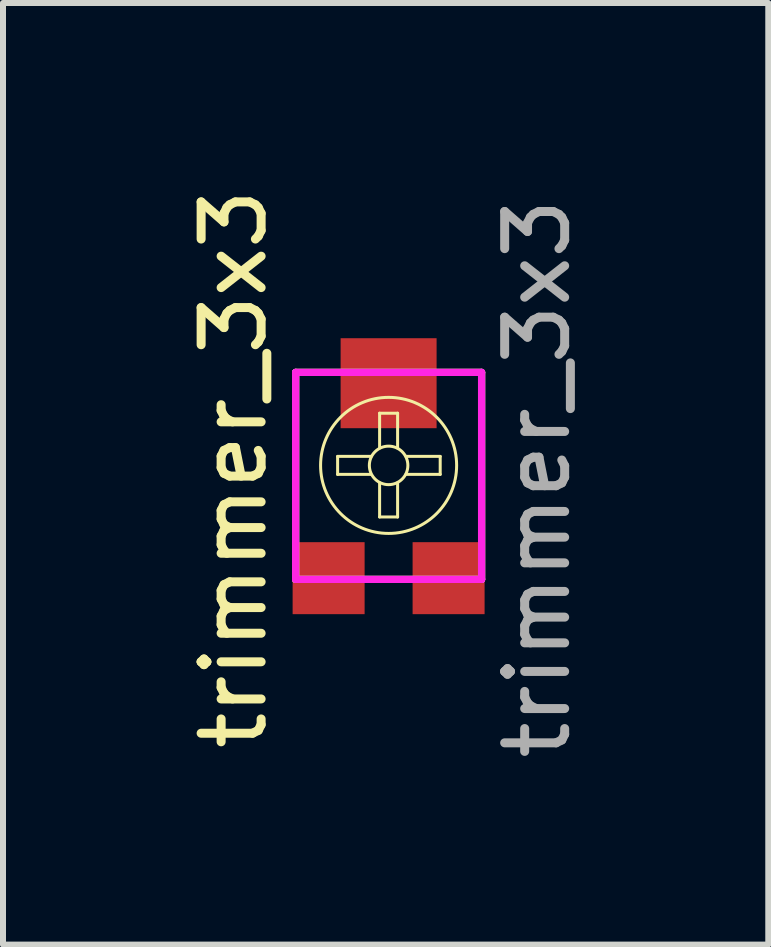
<source format=kicad_pcb>
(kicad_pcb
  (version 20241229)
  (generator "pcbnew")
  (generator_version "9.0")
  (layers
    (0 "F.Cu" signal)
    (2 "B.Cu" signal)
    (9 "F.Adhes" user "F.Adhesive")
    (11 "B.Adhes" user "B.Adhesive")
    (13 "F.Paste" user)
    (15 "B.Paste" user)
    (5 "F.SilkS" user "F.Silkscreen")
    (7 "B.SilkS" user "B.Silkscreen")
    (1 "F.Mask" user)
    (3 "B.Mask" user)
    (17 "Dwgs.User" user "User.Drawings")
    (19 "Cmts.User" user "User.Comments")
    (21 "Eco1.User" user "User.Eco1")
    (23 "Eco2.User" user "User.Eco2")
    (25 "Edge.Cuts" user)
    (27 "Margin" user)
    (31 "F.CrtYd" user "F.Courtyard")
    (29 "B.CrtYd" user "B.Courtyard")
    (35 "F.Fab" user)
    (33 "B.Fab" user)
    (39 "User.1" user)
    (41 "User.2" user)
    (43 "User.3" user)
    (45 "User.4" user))
  (footprint "trimmer_3x3"
    (layer "F.Cu")
    (at 1.828 2.588)
    (property "Reference" "trimmer_3x3" (at -0.98 2.18 90) (layer "F.SilkS") (effects (font (size 1 1) (thickness 0.15))))
    (attr through_hole)
    (fp_line (start 0.05 0.57) (end 3.15 0.57) (stroke (width 0.12) (type solid)) (layer "F.SilkS"))
    (fp_line (start 0.05 4.02) (end 0.05 0.57) (stroke (width 0.12) (type solid)) (layer "F.SilkS"))
    (fp_line (start 0.75 1.97) (end 0.75 2.27) (stroke (width 0.05) (type solid)) (layer "F.SilkS"))
    (fp_line (start 0.75 2.27) (end 1.3 2.27) (stroke (width 0.05) (type solid)) (layer "F.SilkS"))
    (fp_line (start 1.31 1.97) (end 0.75 1.97) (stroke (width 0.05) (type solid)) (layer "F.SilkS"))
    (fp_line (start 1.45 1.25) (end 1.75 1.25) (stroke (width 0.05) (type solid)) (layer "F.SilkS"))
    (fp_line (start 1.45 1.83) (end 1.45 1.25) (stroke (width 0.05) (type solid)) (layer "F.SilkS"))
    (fp_line (start 1.45 2.41) (end 1.45 2.98) (stroke (width 0.05) (type solid)) (layer "F.SilkS"))
    (fp_line (start 1.45 2.98) (end 1.75 2.98) (stroke (width 0.05) (type solid)) (layer "F.SilkS"))
    (fp_line (start 1.75 1.25) (end 1.75 1.83) (stroke (width 0.05) (type solid)) (layer "F.SilkS"))
    (fp_line (start 1.75 2.98) (end 1.75 2.41) (stroke (width 0.05) (type solid)) (layer "F.SilkS"))
    (fp_line (start 1.89 1.97) (end 2.46 1.97) (stroke (width 0.05) (type solid)) (layer "F.SilkS"))
    (fp_line (start 2.46 1.97) (end 2.46 2.27) (stroke (width 0.05) (type solid)) (layer "F.SilkS"))
    (fp_line (start 2.46 2.27) (end 1.89 2.27) (stroke (width 0.05) (type solid)) (layer "F.SilkS"))
    (fp_line (start 3.15 0.57) (end 3.15 4.02) (stroke (width 0.12) (type solid)) (layer "F.SilkS"))
    (fp_line (start 3.15 4.02) (end 0.05 4.02) (stroke (width 0.12) (type solid)) (layer "F.SilkS"))
    (fp_circle (center 1.6 2.12) (end 1.921 2.12) (stroke (width 0.05) (type solid)) (fill no) (layer "F.SilkS"))
    (fp_circle (center 1.6 2.12) (end 2.734 2.12) (stroke (width 0.05) (type solid)) (fill no) (layer "F.SilkS"))
    (fp_line (start 0.05 0.57) (end 3.15 0.57) (stroke (width 0.12) (type solid)) (layer "F.CrtYd"))
    (fp_line (start 0.05 4.02) (end 0.05 0.57) (stroke (width 0.12) (type solid)) (layer "F.CrtYd"))
    (fp_line (start 3.15 0.57) (end 3.15 4.02) (stroke (width 0.12) (type solid)) (layer "F.CrtYd"))
    (fp_line (start 3.15 4.02) (end 0.05 4.02) (stroke (width 0.12) (type solid)) (layer "F.CrtYd"))
    (fp_line (start 0.05 0.57) (end 3.15 0.57) (stroke (width 0.12) (type solid)) (layer "F.Fab"))
    (fp_line (start 0.05 4.02) (end 0.05 0.57) (stroke (width 0.12) (type solid)) (layer "F.Fab"))
    (fp_line (start 3.15 0.57) (end 3.15 4.02) (stroke (width 0.12) (type solid)) (layer "F.Fab"))
    (fp_line (start 3.15 4.02) (end 0.05 4.02) (stroke (width 0.12) (type solid)) (layer "F.Fab"))
    (fp_text user "${REFERENCE}" (at 4.08 2.34 270) (layer "F.Fab") (effects (font (size 1 1) (thickness 0.15))))
    (pad "1" smd rect (at 0.6 4) (size 1.2 1.2) (layers "F.Cu" "F.Mask" "F.Paste"))
    (pad "2" smd rect (at 1.6 0.75) (size 1.6 1.5) (layers "F.Cu" "F.Mask" "F.Paste"))
    (pad "3" smd rect (at 2.6 4) (size 1.2 1.2) (layers "F.Cu" "F.Mask" "F.Paste")))
  (gr_rect
    (start -3 -3)
    (end 9.757 12.696)
    (stroke (width 0.1) (type default))
    (fill no)
    (layer "Edge.Cuts")))
</source>
